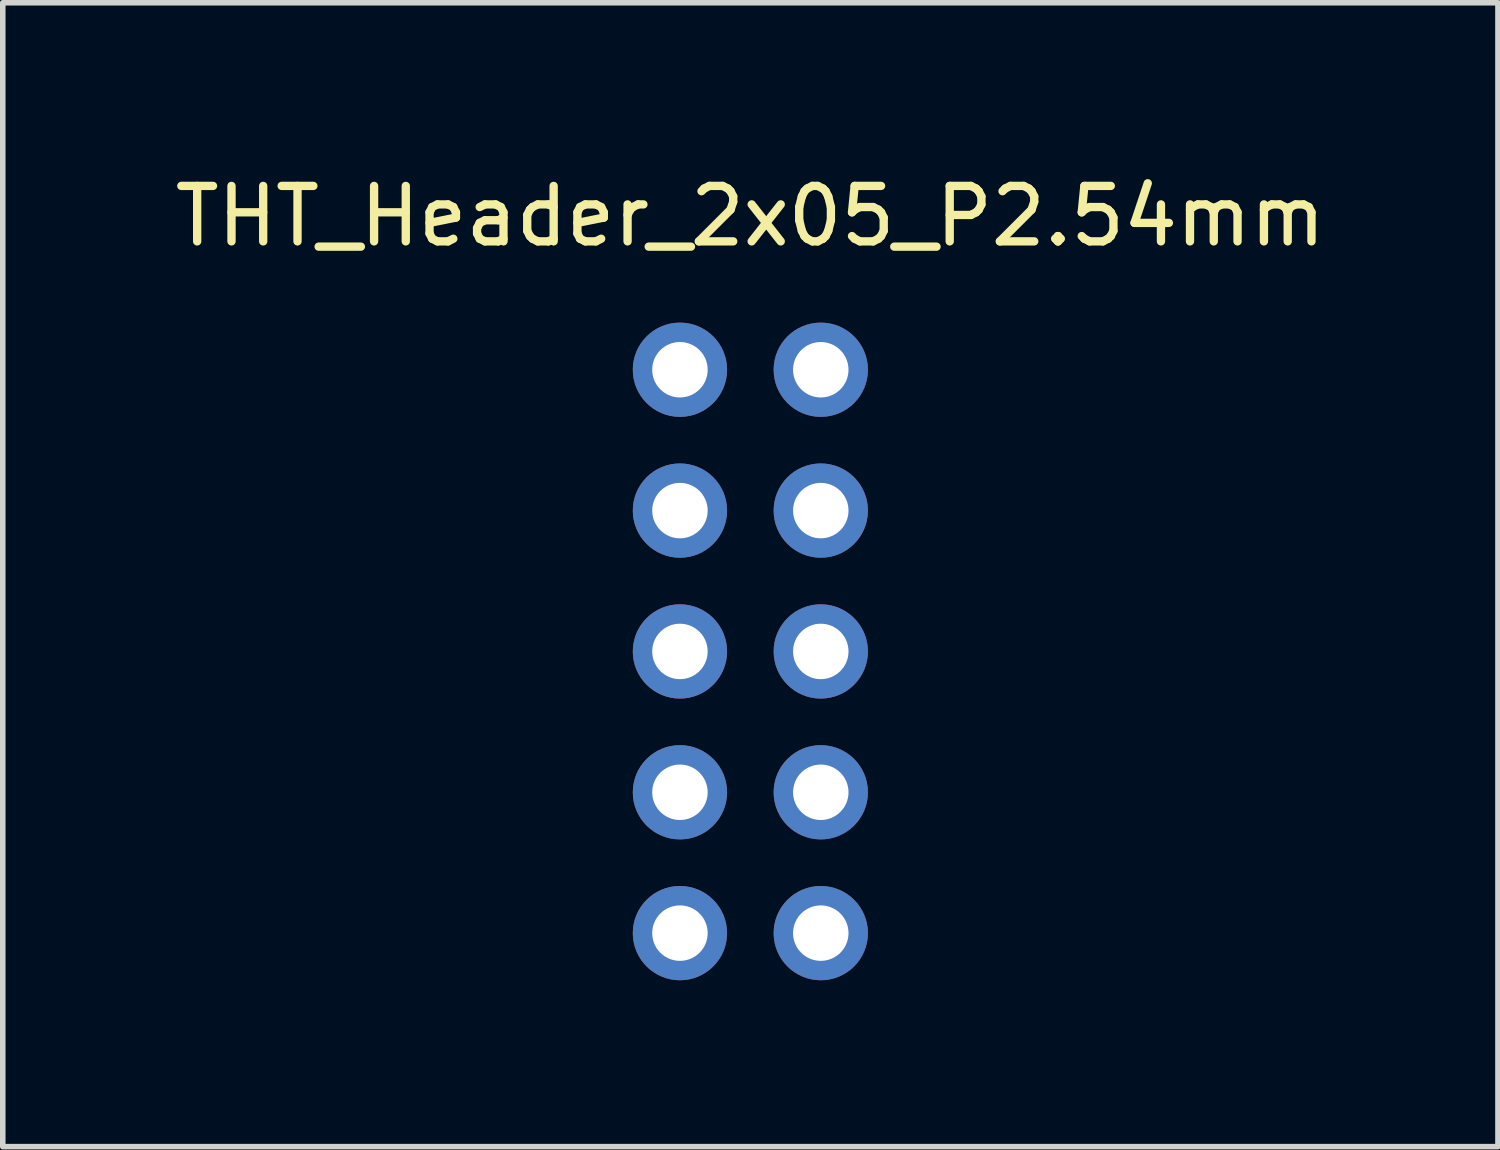
<source format=kicad_pcb>
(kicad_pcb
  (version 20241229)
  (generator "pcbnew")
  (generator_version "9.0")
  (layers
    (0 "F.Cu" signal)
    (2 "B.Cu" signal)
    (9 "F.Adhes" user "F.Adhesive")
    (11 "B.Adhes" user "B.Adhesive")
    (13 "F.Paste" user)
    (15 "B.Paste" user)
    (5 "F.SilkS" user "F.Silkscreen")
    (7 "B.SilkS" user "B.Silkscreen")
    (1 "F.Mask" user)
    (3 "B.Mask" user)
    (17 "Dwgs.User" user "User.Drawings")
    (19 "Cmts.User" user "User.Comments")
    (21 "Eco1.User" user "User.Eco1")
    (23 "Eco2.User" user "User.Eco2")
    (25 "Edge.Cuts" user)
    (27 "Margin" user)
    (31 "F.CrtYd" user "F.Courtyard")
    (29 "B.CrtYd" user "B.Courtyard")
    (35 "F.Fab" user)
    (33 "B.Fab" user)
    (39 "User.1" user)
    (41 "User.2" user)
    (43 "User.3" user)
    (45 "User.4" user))
  (footprint "THT_Header_2x05_P2.54mm"
    (layer "F.Cu")
    (at 11.752 3.618)
    (property "Reference" "THT_Header_2x05_P2.54mm" (at -1.27 -2.77 180) (layer "F.SilkS") (effects (font (size 1 1) (thickness 0.15))))
    (attr through_hole)
    (pad "1" thru_hole oval (at 0 0) (size 1.7 1.7) (drill 1) (layers "*.Cu" "*.Mask"))
    (pad "2" thru_hole oval (at -2.54 0) (size 1.7 1.7) (drill 1) (layers "*.Cu" "*.Mask"))
    (pad "3" thru_hole oval (at 0 2.54) (size 1.7 1.7) (drill 1) (layers "*.Cu" "*.Mask"))
    (pad "4" thru_hole oval (at -2.54 2.54) (size 1.7 1.7) (drill 1) (layers "*.Cu" "*.Mask"))
    (pad "5" thru_hole oval (at 0 5.08) (size 1.7 1.7) (drill 1) (layers "*.Cu" "*.Mask"))
    (pad "6" thru_hole oval (at -2.54 5.08) (size 1.7 1.7) (drill 1) (layers "*.Cu" "*.Mask"))
    (pad "7" thru_hole oval (at 0 7.62) (size 1.7 1.7) (drill 1) (layers "*.Cu" "*.Mask"))
    (pad "8" thru_hole oval (at -2.54 7.62) (size 1.7 1.7) (drill 1) (layers "*.Cu" "*.Mask"))
    (pad "9" thru_hole oval (at 0 10.16) (size 1.7 1.7) (drill 1) (layers "*.Cu" "*.Mask"))
    (pad "10" thru_hole oval (at -2.54 10.16) (size 1.7 1.7) (drill 1) (layers "*.Cu" "*.Mask")))
  (gr_rect
    (start -3 -3)
    (end 23.964 17.628)
    (stroke (width 0.1) (type default))
    (fill no)
    (layer "Edge.Cuts")))
</source>
